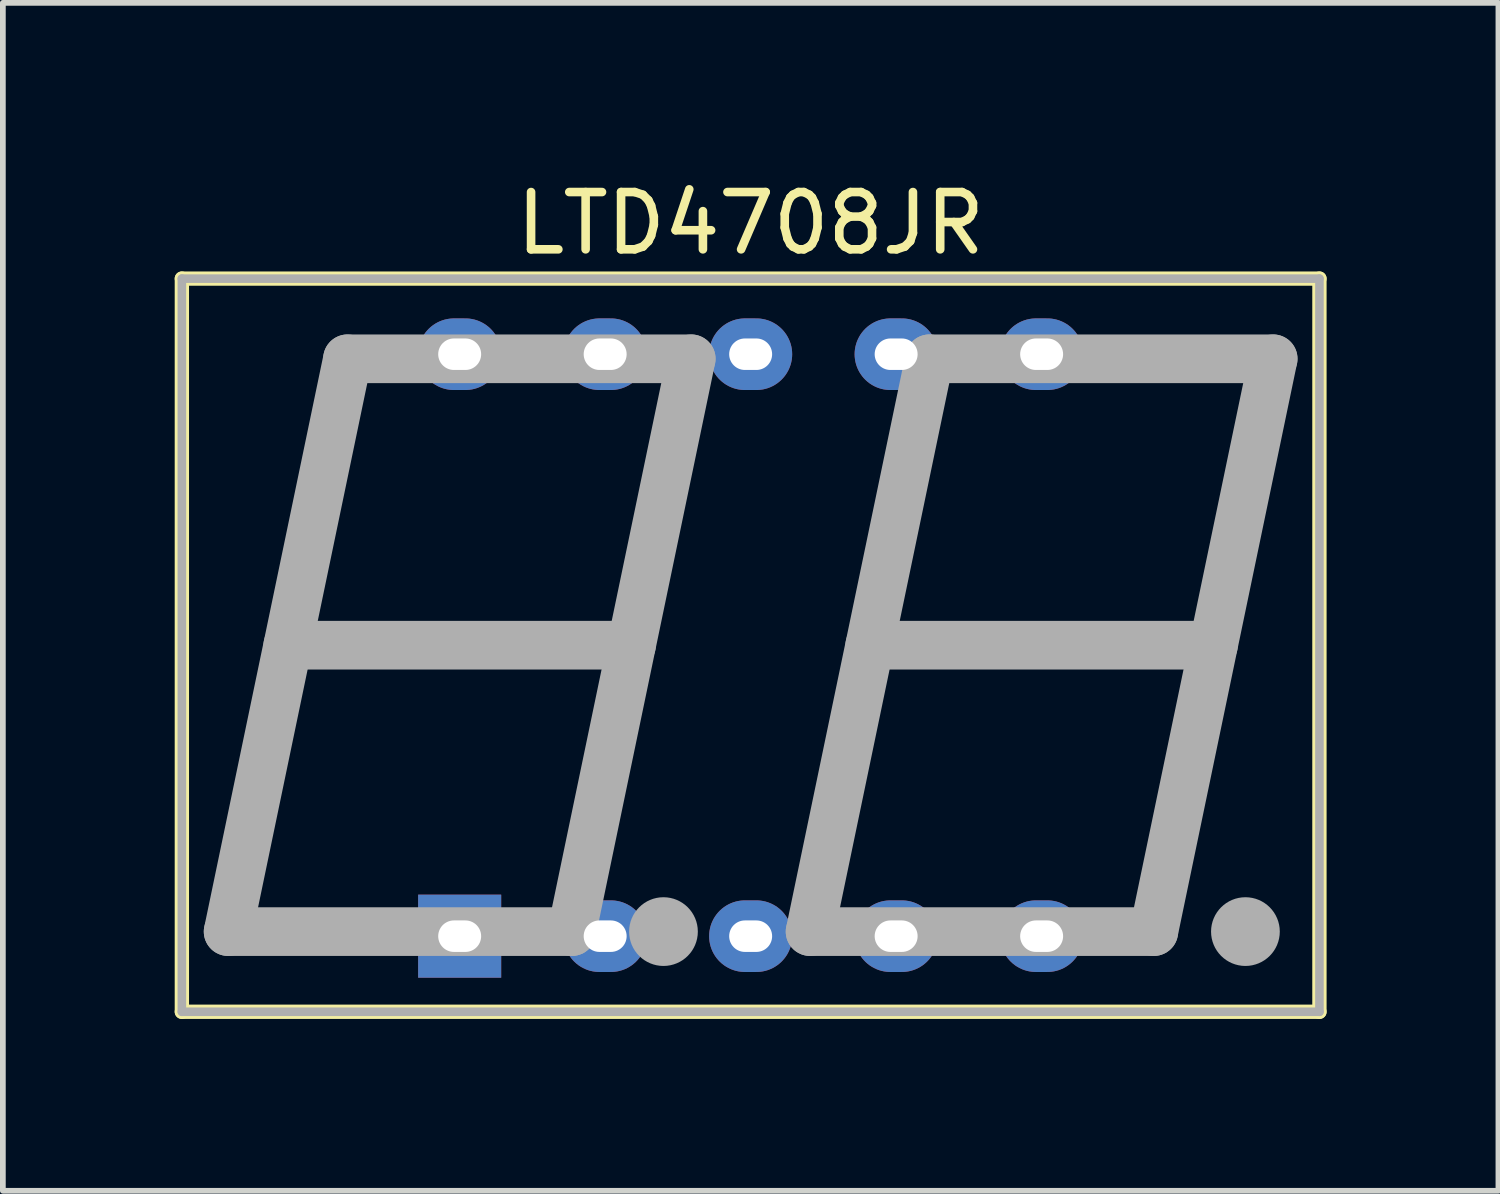
<source format=kicad_pcb>
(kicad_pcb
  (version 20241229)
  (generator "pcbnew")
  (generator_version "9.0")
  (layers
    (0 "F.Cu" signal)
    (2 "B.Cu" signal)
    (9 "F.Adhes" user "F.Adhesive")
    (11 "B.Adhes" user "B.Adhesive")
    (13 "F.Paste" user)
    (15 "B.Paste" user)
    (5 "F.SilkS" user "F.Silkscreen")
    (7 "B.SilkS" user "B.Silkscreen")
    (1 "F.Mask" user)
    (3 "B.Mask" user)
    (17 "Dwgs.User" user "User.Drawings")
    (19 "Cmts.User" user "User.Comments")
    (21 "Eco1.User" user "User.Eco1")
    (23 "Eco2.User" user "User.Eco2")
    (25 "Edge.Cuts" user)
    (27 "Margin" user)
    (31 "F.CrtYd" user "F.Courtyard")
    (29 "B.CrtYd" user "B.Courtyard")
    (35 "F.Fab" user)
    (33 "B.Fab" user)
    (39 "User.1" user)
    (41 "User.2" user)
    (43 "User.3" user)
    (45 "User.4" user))
  (footprint "LTD4708JR"
    (layer "F.Cu")
    (at 10.055 8.214)
    (property "Reference" "LTD4708JR" (at 0 -7.366 0) (layer "F.SilkS") (effects (font (size 1 1) (thickness 0.15))))
    (attr through_hole)
    (fp_line (start -9.93 -6.4) (end -9.93 6.4) (stroke (width 0.25) (type solid)) (layer "F.SilkS"))
    (fp_line (start -9.93 -6.4) (end 9.93 -6.4) (stroke (width 0.25) (type solid)) (layer "F.SilkS"))
    (fp_line (start -9.93 6.4) (end 9.93 6.4) (stroke (width 0.25) (type solid)) (layer "F.SilkS"))
    (fp_line (start 9.93 -6.4) (end 9.93 6.4) (stroke (width 0.25) (type solid)) (layer "F.SilkS"))
    (fp_line (start -9.93 -6.4) (end -9.93 6.4) (stroke (width 0.15) (type solid)) (layer "F.Fab"))
    (fp_line (start -9.93 -6.4) (end 9.93 -6.4) (stroke (width 0.15) (type solid)) (layer "F.Fab"))
    (fp_line (start -9.93 6.4) (end 9.93 6.4) (stroke (width 0.15) (type solid)) (layer "F.Fab"))
    (fp_line (start -9.122 5) (end -7.038 -5) (stroke (width 0.85) (type solid)) (layer "F.Fab"))
    (fp_line (start -9.122 5) (end -3.122 5) (stroke (width 0.85) (type solid)) (layer "F.Fab"))
    (fp_line (start -8.08 0) (end -2.08 0) (stroke (width 0.85) (type solid)) (layer "F.Fab"))
    (fp_line (start -7.038 -5) (end -1.038 -5) (stroke (width 0.85) (type solid)) (layer "F.Fab"))
    (fp_line (start -1.038 -5) (end -3.122 5) (stroke (width 0.85) (type solid)) (layer "F.Fab"))
    (fp_line (start 1.038 5) (end 3.122 -5) (stroke (width 0.85) (type solid)) (layer "F.Fab"))
    (fp_line (start 1.038 5) (end 7.038 5) (stroke (width 0.85) (type solid)) (layer "F.Fab"))
    (fp_line (start 2.08 0) (end 8.08 0) (stroke (width 0.85) (type solid)) (layer "F.Fab"))
    (fp_line (start 9.122 -5) (end 3.122 -5) (stroke (width 0.85) (type solid)) (layer "F.Fab"))
    (fp_line (start 9.122 -5) (end 7.038 5) (stroke (width 0.85) (type solid)) (layer "F.Fab"))
    (fp_line (start 9.93 -6.4) (end 9.93 6.4) (stroke (width 0.15) (type solid)) (layer "F.Fab"))
    (fp_circle (center -1.522 5) (end -1.222 5) (stroke (width 0.6) (type solid)) (fill no) (layer "F.Fab"))
    (fp_circle (center 8.638 5) (end 8.938 5) (stroke (width 0.6) (type solid)) (fill no) (layer "F.Fab"))
    (pad "1" thru_hole rect (at -5.08 5.08) (size 1.45 1.45) (drill oval 0.75 0.55) (layers "*.Cu" "*.Mask"))
    (pad "2" thru_hole oval (at -2.54 5.08) (size 1.45 1.25) (drill oval 0.75 0.55) (layers "*.Cu" "*.Mask"))
    (pad "3" thru_hole oval (at 0 5.08) (size 1.45 1.25) (drill oval 0.75 0.55) (layers "*.Cu" "*.Mask"))
    (pad "4" thru_hole oval (at 2.54 5.08) (size 1.45 1.25) (drill oval 0.75 0.55) (layers "*.Cu" "*.Mask"))
    (pad "5" thru_hole oval (at 5.08 5.08) (size 1.45 1.25) (drill oval 0.75 0.55) (layers "*.Cu" "*.Mask"))
    (pad "6" thru_hole oval (at 5.08 -5.08) (size 1.45 1.25) (drill oval 0.75 0.55) (layers "*.Cu" "*.Mask"))
    (pad "7" thru_hole oval (at 2.54 -5.08) (size 1.45 1.25) (drill oval 0.75 0.55) (layers "*.Cu" "*.Mask"))
    (pad "8" thru_hole oval (at 0 -5.08) (size 1.45 1.25) (drill oval 0.75 0.55) (layers "*.Cu" "*.Mask"))
    (pad "9" thru_hole oval (at -2.54 -5.08) (size 1.45 1.25) (drill oval 0.75 0.55) (layers "*.Cu" "*.Mask"))
    (pad "10" thru_hole oval (at -5.08 -5.08) (size 1.45 1.25) (drill oval 0.75 0.55) (layers "*.Cu" "*.Mask")))
  (gr_rect
    (start -3 -3)
    (end 23.11 17.739)
    (stroke (width 0.1) (type default))
    (fill no)
    (layer "Edge.Cuts")))
</source>
